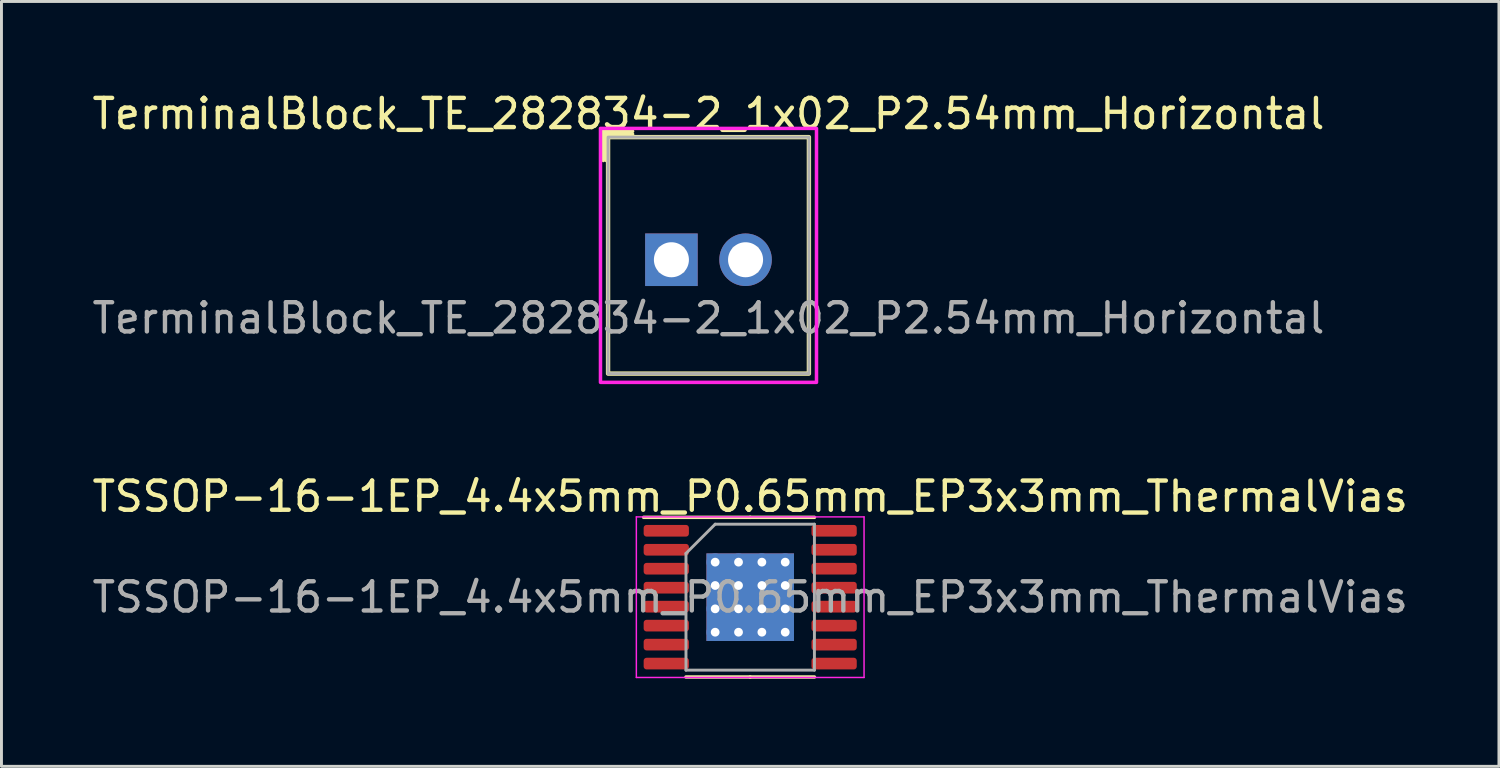
<source format=kicad_pcb>
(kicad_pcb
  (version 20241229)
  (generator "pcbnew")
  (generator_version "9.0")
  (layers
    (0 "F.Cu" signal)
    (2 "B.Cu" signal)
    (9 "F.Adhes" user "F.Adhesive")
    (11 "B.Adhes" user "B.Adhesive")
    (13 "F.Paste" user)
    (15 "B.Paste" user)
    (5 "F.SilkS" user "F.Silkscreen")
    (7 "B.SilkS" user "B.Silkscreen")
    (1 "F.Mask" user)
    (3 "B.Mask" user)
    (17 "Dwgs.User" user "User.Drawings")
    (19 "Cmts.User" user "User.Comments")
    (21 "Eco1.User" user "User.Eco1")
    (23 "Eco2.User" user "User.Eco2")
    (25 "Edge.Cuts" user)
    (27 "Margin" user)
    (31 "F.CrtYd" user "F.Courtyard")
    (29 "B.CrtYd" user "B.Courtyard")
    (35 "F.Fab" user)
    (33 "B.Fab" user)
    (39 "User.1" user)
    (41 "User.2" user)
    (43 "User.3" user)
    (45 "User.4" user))
  (footprint "TerminalBlock_TE_282834-2_1x02_P2.54mm_Horizontal"
    (layer "F.Cu")
    (at 21.22 5.848)
    (property "Reference" "TerminalBlock_TE_282834-2_1x02_P2.54mm_Horizontal" (at 0 -5 0) (layer "F.SilkS") (effects (font (size 1 1) (thickness 0.15))))
    (attr through_hole)
    (fp_line (start -3.6 -4.4) (end -3.6 -3.4) (stroke (width 0.12) (type solid)) (layer "F.SilkS"))
    (fp_line (start -3.6 -4.4) (end -2.6 -4.4) (stroke (width 0.12) (type solid)) (layer "F.SilkS"))
    (fp_line (start -3.5 -4.3) (end -2.6 -4.3) (stroke (width 0.12) (type solid)) (layer "F.SilkS"))
    (fp_line (start -3.5 -3.4) (end -3.5 -4.3) (stroke (width 0.12) (type solid)) (layer "F.SilkS"))
    (fp_rect (start -3.44 -4.2) (end 3.44 3.9) (stroke (width 0.15) (type solid)) (fill no) (layer "F.SilkS"))
    (fp_rect (start -3.7 -4.5) (end 3.7 4.2) (stroke (width 0.12) (type solid)) (fill no) (layer "F.CrtYd"))
    (fp_rect (start -3.44 -4.2) (end 3.44 3.9) (stroke (width 0.1) (type solid)) (fill no) (layer "F.Fab"))
    (fp_rect (start -1.67 0.4) (end -0.87 -0.4) (stroke (width 0.1) (type solid)) (fill no) (layer "F.Fab"))
    (fp_rect (start 0.87 0.4) (end 1.67 -0.4) (stroke (width 0.1) (type solid)) (fill no) (layer "F.Fab"))
    (fp_text user "${REFERENCE}" (at 0 2 0) (layer "F.Fab") (effects (font (size 1 1) (thickness 0.15))))
    (pad "1" thru_hole rect (at -1.27 0) (size 1.8 1.8) (drill 1.2) (layers "*.Cu" "*.Mask"))
    (pad "2" thru_hole circle (at 1.27 0) (size 1.8 1.8) (drill 1.2) (layers "*.Cu" "*.Mask")))
  (footprint "TSSOP-16-1EP_4.4x5mm_P0.65mm_EP3x3mm_ThermalVias"
    (layer "F.Cu")
    (at 22.649 17.407)
    (property "Reference" "TSSOP-16-1EP_4.4x5mm_P0.65mm_EP3x3mm_ThermalVias" (at 0 -3.45 0) (layer "F.SilkS") (effects (font (size 1 1) (thickness 0.15))))
    (attr smd)
    (fp_line (start 0 -2.735) (end -3.65 -2.735) (stroke (width 0.12) (type solid)) (layer "F.SilkS"))
    (fp_line (start 0 -2.735) (end 2.2 -2.735) (stroke (width 0.12) (type solid)) (layer "F.SilkS"))
    (fp_line (start 0 2.735) (end -2.2 2.735) (stroke (width 0.12) (type solid)) (layer "F.SilkS"))
    (fp_line (start 0 2.735) (end 2.2 2.735) (stroke (width 0.12) (type solid)) (layer "F.SilkS"))
    (fp_line (start -3.9 -2.75) (end -3.9 2.75) (stroke (width 0.05) (type solid)) (layer "F.CrtYd"))
    (fp_line (start -3.9 2.75) (end 3.9 2.75) (stroke (width 0.05) (type solid)) (layer "F.CrtYd"))
    (fp_line (start 3.9 -2.75) (end -3.9 -2.75) (stroke (width 0.05) (type solid)) (layer "F.CrtYd"))
    (fp_line (start 3.9 2.75) (end 3.9 -2.75) (stroke (width 0.05) (type solid)) (layer "F.CrtYd"))
    (fp_line (start -2.2 -1.5) (end -1.2 -2.5) (stroke (width 0.1) (type solid)) (layer "F.Fab"))
    (fp_line (start -2.2 2.5) (end -2.2 -1.5) (stroke (width 0.1) (type solid)) (layer "F.Fab"))
    (fp_line (start -1.2 -2.5) (end 2.2 -2.5) (stroke (width 0.1) (type solid)) (layer "F.Fab"))
    (fp_line (start 2.2 -2.5) (end 2.2 2.5) (stroke (width 0.1) (type solid)) (layer "F.Fab"))
    (fp_line (start 2.2 2.5) (end -2.2 2.5) (stroke (width 0.1) (type solid)) (layer "F.Fab"))
    (fp_text user "${REFERENCE}" (at 0 0 0) (layer "F.Fab") (effects (font (size 1 1) (thickness 0.15))))
    (pad "" smd roundrect (at -0.75 -0.75) (size 1.21 1.21) (layers "F.Paste") (roundrect_rratio 0.207))
    (pad "" smd roundrect (at -0.75 0.75) (size 1.21 1.21) (layers "F.Paste") (roundrect_rratio 0.207))
    (pad "" smd roundrect (at 0.75 -0.75) (size 1.21 1.21) (layers "F.Paste") (roundrect_rratio 0.207))
    (pad "" smd roundrect (at 0.75 0.75) (size 1.21 1.21) (layers "F.Paste") (roundrect_rratio 0.207))
    (pad "1" smd roundrect (at -2.875 -2.275) (size 1.55 0.4) (layers "F.Cu" "F.Mask" "F.Paste") (roundrect_rratio 0.25))
    (pad "2" smd roundrect (at -2.875 -1.625) (size 1.55 0.4) (layers "F.Cu" "F.Mask" "F.Paste") (roundrect_rratio 0.25))
    (pad "3" smd roundrect (at -2.875 -0.975) (size 1.55 0.4) (layers "F.Cu" "F.Mask" "F.Paste") (roundrect_rratio 0.25))
    (pad "4" smd roundrect (at -2.875 -0.325) (size 1.55 0.4) (layers "F.Cu" "F.Mask" "F.Paste") (roundrect_rratio 0.25))
    (pad "5" smd roundrect (at -2.875 0.325) (size 1.55 0.4) (layers "F.Cu" "F.Mask" "F.Paste") (roundrect_rratio 0.25))
    (pad "6" smd roundrect (at -2.875 0.975) (size 1.55 0.4) (layers "F.Cu" "F.Mask" "F.Paste") (roundrect_rratio 0.25))
    (pad "7" smd roundrect (at -2.875 1.625) (size 1.55 0.4) (layers "F.Cu" "F.Mask" "F.Paste") (roundrect_rratio 0.25))
    (pad "8" smd roundrect (at -2.875 2.275) (size 1.55 0.4) (layers "F.Cu" "F.Mask" "F.Paste") (roundrect_rratio 0.25))
    (pad "9" smd roundrect (at 2.875 2.275) (size 1.55 0.4) (layers "F.Cu" "F.Mask" "F.Paste") (roundrect_rratio 0.25))
    (pad "10" smd roundrect (at 2.875 1.625) (size 1.55 0.4) (layers "F.Cu" "F.Mask" "F.Paste") (roundrect_rratio 0.25))
    (pad "11" smd roundrect (at 2.875 0.975) (size 1.55 0.4) (layers "F.Cu" "F.Mask" "F.Paste") (roundrect_rratio 0.25))
    (pad "12" smd roundrect (at 2.875 0.325) (size 1.55 0.4) (layers "F.Cu" "F.Mask" "F.Paste") (roundrect_rratio 0.25))
    (pad "13" smd roundrect (at 2.875 -0.325) (size 1.55 0.4) (layers "F.Cu" "F.Mask" "F.Paste") (roundrect_rratio 0.25))
    (pad "14" smd roundrect (at 2.875 -0.975) (size 1.55 0.4) (layers "F.Cu" "F.Mask" "F.Paste") (roundrect_rratio 0.25))
    (pad "15" smd roundrect (at 2.875 -1.625) (size 1.55 0.4) (layers "F.Cu" "F.Mask" "F.Paste") (roundrect_rratio 0.25))
    (pad "16" smd roundrect (at 2.875 -2.275) (size 1.55 0.4) (layers "F.Cu" "F.Mask" "F.Paste") (roundrect_rratio 0.25))
    (pad "17" thru_hole circle (at -1.2 -1.2) (size 0.6 0.6) (drill 0.3) (layers "*.Cu"))
    (pad "17" thru_hole circle (at -1.2 -0.4) (size 0.6 0.6) (drill 0.3) (layers "*.Cu"))
    (pad "17" thru_hole circle (at -1.2 0.4) (size 0.6 0.6) (drill 0.3) (layers "*.Cu"))
    (pad "17" thru_hole circle (at -1.2 1.2) (size 0.6 0.6) (drill 0.3) (layers "*.Cu"))
    (pad "17" thru_hole circle (at -0.4 -1.2) (size 0.6 0.6) (drill 0.3) (layers "*.Cu"))
    (pad "17" thru_hole circle (at -0.4 -0.4) (size 0.6 0.6) (drill 0.3) (layers "*.Cu"))
    (pad "17" thru_hole circle (at -0.4 0.4) (size 0.6 0.6) (drill 0.3) (layers "*.Cu"))
    (pad "17" thru_hole circle (at -0.4 1.2) (size 0.6 0.6) (drill 0.3) (layers "*.Cu"))
    (pad "17" smd rect (at 0 0) (size 3 3) (layers "F.Cu" "F.Mask"))
    (pad "17" smd rect (at 0 0) (size 3 3) (layers "B.Cu"))
    (pad "17" thru_hole circle (at 0.4 -1.2) (size 0.6 0.6) (drill 0.3) (layers "*.Cu"))
    (pad "17" thru_hole circle (at 0.4 -0.4) (size 0.6 0.6) (drill 0.3) (layers "*.Cu"))
    (pad "17" thru_hole circle (at 0.4 0.4) (size 0.6 0.6) (drill 0.3) (layers "*.Cu"))
    (pad "17" thru_hole circle (at 0.4 1.2) (size 0.6 0.6) (drill 0.3) (layers "*.Cu"))
    (pad "17" thru_hole circle (at 1.2 -1.2) (size 0.6 0.6) (drill 0.3) (layers "*.Cu"))
    (pad "17" thru_hole circle (at 1.2 -0.4) (size 0.6 0.6) (drill 0.3) (layers "*.Cu"))
    (pad "17" thru_hole circle (at 1.2 0.4) (size 0.6 0.6) (drill 0.3) (layers "*.Cu"))
    (pad "17" thru_hole circle (at 1.2 1.2) (size 0.6 0.6) (drill 0.3) (layers "*.Cu"))
    (zone (net_name "") (layer "F.Cu") (hatch edge 0.508) (connect_pads) (min_thickness 0.254) (filled_areas_thickness no) (keepout (tracks allowed) (vias allowed) (pads allowed) (copperpour not_allowed) (footprints allowed)) (placement (enabled no)) (fill) (polygon (pts (xy 20.549 15.582) (xy 18.999 15.582) (xy 18.999 15.332) (xy 20.549 15.332))))
    (zone (net_name "") (layer "F.Cu") (hatch edge 0.508) (connect_pads) (min_thickness 0.254) (filled_areas_thickness no) (keepout (tracks allowed) (vias allowed) (pads allowed) (copperpour not_allowed) (footprints allowed)) (placement (enabled no)) (fill) (polygon (pts (xy 20.549 19.482) (xy 18.999 19.482) (xy 18.999 19.232) (xy 20.549 19.232)))))
  (gr_rect
    (start -3 -3)
    (end 48.298 23.201)
    (stroke (width 0.1) (type default))
    (fill no)
    (layer "Edge.Cuts")))
</source>
